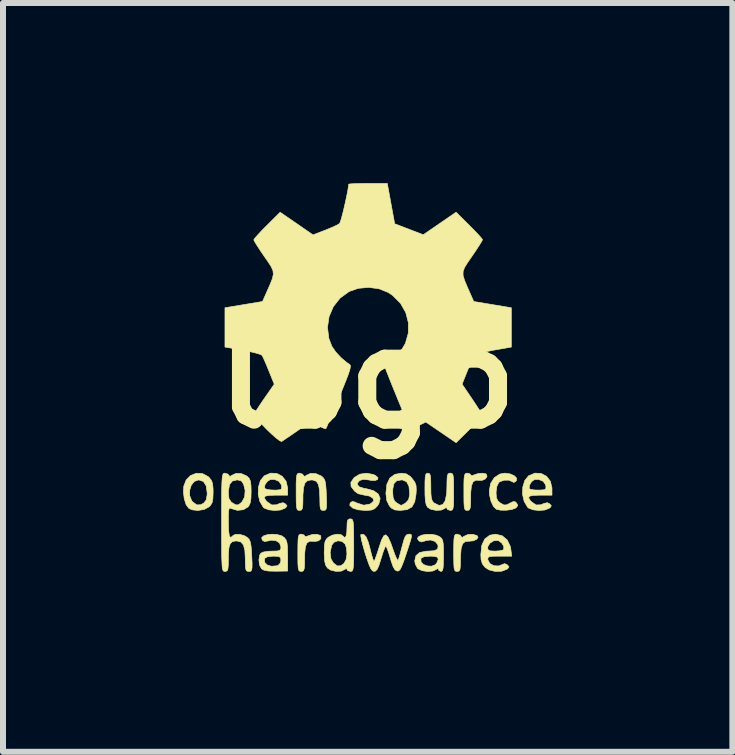
<source format=kicad_pcb>
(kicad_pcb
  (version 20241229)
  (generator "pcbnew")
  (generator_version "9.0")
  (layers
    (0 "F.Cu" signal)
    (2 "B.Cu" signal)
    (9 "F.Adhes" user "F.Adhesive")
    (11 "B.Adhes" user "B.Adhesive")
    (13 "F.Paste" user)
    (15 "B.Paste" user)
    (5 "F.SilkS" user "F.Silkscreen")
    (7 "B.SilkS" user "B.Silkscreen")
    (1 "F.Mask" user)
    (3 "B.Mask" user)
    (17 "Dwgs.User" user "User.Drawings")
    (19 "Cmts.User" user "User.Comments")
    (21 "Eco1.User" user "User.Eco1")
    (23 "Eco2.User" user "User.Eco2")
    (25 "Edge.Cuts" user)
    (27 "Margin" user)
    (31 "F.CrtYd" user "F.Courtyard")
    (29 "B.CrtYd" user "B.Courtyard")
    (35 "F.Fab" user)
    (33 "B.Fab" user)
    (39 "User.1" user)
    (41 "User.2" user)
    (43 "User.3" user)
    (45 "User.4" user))
  (footprint "logo"
    (layer "F.Cu")
    (at 3.068 3.251)
    (property "Reference" "logo" (at 0 0 0) (layer "F.SilkS") (effects (font (size 1.524 1.524) (thickness 0.3))))
    (attr through_hole)
    (fp_poly (pts (xy -1.055 2.609) (xy -1.044 2.626) (xy -1.027 2.64) (xy -0.99 2.626) (xy -0.917 2.602) (xy -0.84 2.599) (xy -0.785 2.616) (xy -0.775 2.626) (xy -0.773 2.671) (xy -0.81 2.706) (xy -0.871 2.718) (xy -0.889 2.716) (xy -0.958 2.714) (xy -1.005 2.742) (xy -1.031 2.808) (xy -1.043 2.919) (xy -1.044 2.995) (xy -1.045 3.106) (xy -1.051 3.173) (xy -1.064 3.206) (xy -1.087 3.217) (xy -1.101 3.217) (xy -1.125 3.214) (xy -1.142 3.197) (xy -1.151 3.156) (xy -1.156 3.082) (xy -1.157 2.965) (xy -1.157 2.907) (xy -1.156 2.771) (xy -1.153 2.682) (xy -1.146 2.63) (xy -1.133 2.605) (xy -1.111 2.597) (xy -1.101 2.596) (xy -1.055 2.609)) (stroke (width 0.01) (type solid)) (fill yes) (layer "F.SilkS"))
    (fp_poly (pts (xy 1.711 1.593) (xy 1.722 1.61) (xy 1.739 1.624) (xy 1.776 1.61) (xy 1.845 1.587) (xy 1.921 1.581) (xy 1.977 1.593) (xy 1.984 1.598) (xy 1.994 1.638) (xy 1.965 1.677) (xy 1.914 1.7) (xy 1.878 1.7) (xy 1.808 1.698) (xy 1.762 1.725) (xy 1.735 1.791) (xy 1.723 1.901) (xy 1.722 1.979) (xy 1.72 2.09) (xy 1.715 2.157) (xy 1.702 2.19) (xy 1.679 2.201) (xy 1.665 2.201) (xy 1.64 2.198) (xy 1.624 2.181) (xy 1.615 2.14) (xy 1.61 2.066) (xy 1.609 1.949) (xy 1.609 1.891) (xy 1.609 1.755) (xy 1.612 1.666) (xy 1.62 1.614) (xy 1.633 1.589) (xy 1.654 1.581) (xy 1.665 1.58) (xy 1.711 1.593)) (stroke (width 0.01) (type solid)) (fill yes) (layer "F.SilkS"))
    (fp_poly (pts (xy 1.545 2.612) (xy 1.56 2.632) (xy 1.579 2.653) (xy 1.611 2.632) (xy 1.674 2.603) (xy 1.757 2.599) (xy 1.828 2.62) (xy 1.829 2.621) (xy 1.845 2.651) (xy 1.82 2.683) (xy 1.767 2.707) (xy 1.699 2.714) (xy 1.692 2.714) (xy 1.629 2.72) (xy 1.587 2.758) (xy 1.563 2.836) (xy 1.553 2.96) (xy 1.552 3.018) (xy 1.551 3.122) (xy 1.544 3.182) (xy 1.529 3.21) (xy 1.501 3.217) (xy 1.496 3.217) (xy 1.471 3.214) (xy 1.455 3.197) (xy 1.445 3.156) (xy 1.441 3.082) (xy 1.439 2.965) (xy 1.439 2.907) (xy 1.44 2.771) (xy 1.443 2.682) (xy 1.451 2.629) (xy 1.464 2.604) (xy 1.485 2.597) (xy 1.493 2.596) (xy 1.545 2.612)) (stroke (width 0.01) (type solid)) (fill yes) (layer "F.SilkS"))
    (fp_poly (pts (xy 2.38 1.593) (xy 2.45 1.624) (xy 2.488 1.665) (xy 2.483 1.709) (xy 2.48 1.711) (xy 2.441 1.736) (xy 2.417 1.723) (xy 2.358 1.697) (xy 2.278 1.698) (xy 2.206 1.724) (xy 2.189 1.738) (xy 2.158 1.801) (xy 2.145 1.898) (xy 2.145 1.906) (xy 2.151 1.992) (xy 2.177 2.045) (xy 2.219 2.079) (xy 2.275 2.11) (xy 2.321 2.108) (xy 2.373 2.082) (xy 2.43 2.054) (xy 2.464 2.057) (xy 2.488 2.08) (xy 2.507 2.119) (xy 2.481 2.154) (xy 2.47 2.162) (xy 2.407 2.186) (xy 2.314 2.198) (xy 2.219 2.197) (xy 2.151 2.182) (xy 2.102 2.136) (xy 2.061 2.05) (xy 2.036 1.943) (xy 2.032 1.876) (xy 2.054 1.752) (xy 2.116 1.655) (xy 2.208 1.595) (xy 2.292 1.58) (xy 2.38 1.593)) (stroke (width 0.01) (type solid)) (fill yes) (layer "F.SilkS"))
    (fp_poly (pts (xy -2.746 1.587) (xy -2.651 1.637) (xy -2.637 1.65) (xy -2.598 1.698) (xy -2.577 1.754) (xy -2.569 1.838) (xy -2.568 1.899) (xy -2.572 2.004) (xy -2.585 2.072) (xy -2.613 2.119) (xy -2.634 2.14) (xy -2.715 2.184) (xy -2.819 2.202) (xy -2.92 2.191) (xy -2.974 2.165) (xy -3.018 2.105) (xy -3.049 2.008) (xy -3.063 1.894) (xy -3.061 1.866) (xy -2.959 1.866) (xy -2.958 1.957) (xy -2.925 2.039) (xy -2.907 2.06) (xy -2.839 2.109) (xy -2.773 2.106) (xy -2.722 2.077) (xy -2.683 2.027) (xy -2.668 1.943) (xy -2.667 1.912) (xy -2.683 1.793) (xy -2.729 1.72) (xy -2.806 1.693) (xy -2.81 1.693) (xy -2.881 1.718) (xy -2.932 1.781) (xy -2.959 1.866) (xy -3.061 1.866) (xy -3.057 1.798) (xy -3.017 1.693) (xy -2.943 1.619) (xy -2.848 1.582) (xy -2.746 1.587)) (stroke (width 0.01) (type solid)) (fill yes) (layer "F.SilkS"))
    (fp_poly (pts (xy 0.65 1.592) (xy 0.715 1.634) (xy 0.748 1.671) (xy 0.791 1.729) (xy 0.812 1.785) (xy 0.816 1.86) (xy 0.812 1.929) (xy 0.79 2.059) (xy 0.743 2.143) (xy 0.664 2.188) (xy 0.549 2.201) (xy 0.46 2.193) (xy 0.401 2.162) (xy 0.369 2.127) (xy 0.325 2.039) (xy 0.31 1.919) (xy 0.31 1.913) (xy 0.312 1.895) (xy 0.423 1.895) (xy 0.43 1.987) (xy 0.453 2.043) (xy 0.486 2.073) (xy 0.538 2.105) (xy 0.564 2.117) (xy 0.597 2.102) (xy 0.643 2.073) (xy 0.688 2.022) (xy 0.705 1.944) (xy 0.706 1.916) (xy 0.693 1.796) (xy 0.654 1.723) (xy 0.587 1.694) (xy 0.569 1.693) (xy 0.49 1.707) (xy 0.444 1.754) (xy 0.425 1.842) (xy 0.423 1.895) (xy 0.312 1.895) (xy 0.326 1.765) (xy 0.376 1.661) (xy 0.459 1.6) (xy 0.569 1.581) (xy 0.65 1.592)) (stroke (width 0.01) (type solid)) (fill yes) (layer "F.SilkS"))
    (fp_poly (pts (xy -1.508 1.585) (xy -1.418 1.632) (xy -1.353 1.714) (xy -1.327 1.825) (xy -1.326 1.833) (xy -1.326 1.947) (xy -1.524 1.947) (xy -1.638 1.951) (xy -1.701 1.964) (xy -1.716 1.991) (xy -1.689 2.035) (xy -1.665 2.06) (xy -1.591 2.11) (xy -1.51 2.107) (xy -1.464 2.086) (xy -1.403 2.072) (xy -1.364 2.092) (xy -1.337 2.124) (xy -1.356 2.152) (xy -1.372 2.165) (xy -1.446 2.194) (xy -1.543 2.202) (xy -1.641 2.191) (xy -1.717 2.162) (xy -1.733 2.148) (xy -1.79 2.051) (xy -1.817 1.933) (xy -1.813 1.827) (xy -1.711 1.827) (xy -1.707 1.835) (xy -1.671 1.851) (xy -1.603 1.86) (xy -1.524 1.863) (xy -1.459 1.857) (xy -1.433 1.847) (xy -1.426 1.81) (xy -1.432 1.774) (xy -1.473 1.716) (xy -1.546 1.685) (xy -1.616 1.687) (xy -1.668 1.72) (xy -1.705 1.774) (xy -1.711 1.827) (xy -1.813 1.827) (xy -1.813 1.811) (xy -1.78 1.703) (xy -1.717 1.626) (xy -1.714 1.624) (xy -1.611 1.58) (xy -1.508 1.585)) (stroke (width 0.01) (type solid)) (fill yes) (layer "F.SilkS"))
    (fp_poly (pts (xy 0.103 1.603) (xy 0.136 1.619) (xy 0.178 1.656) (xy 0.172 1.686) (xy 0.13 1.703) (xy 0.06 1.701) (xy 0.029 1.694) (xy -0.06 1.683) (xy -0.128 1.702) (xy -0.163 1.745) (xy -0.164 1.773) (xy -0.134 1.808) (xy -0.057 1.833) (xy -0.017 1.839) (xy 0.106 1.873) (xy 0.184 1.929) (xy 0.214 2.003) (xy 0.193 2.088) (xy 0.168 2.126) (xy 0.123 2.172) (xy 0.069 2.195) (xy -0.016 2.201) (xy -0.038 2.201) (xy -0.152 2.191) (xy -0.237 2.164) (xy -0.249 2.156) (xy -0.292 2.116) (xy -0.286 2.08) (xy -0.282 2.074) (xy -0.25 2.052) (xy -0.204 2.062) (xy -0.175 2.077) (xy -0.06 2.114) (xy 0.039 2.097) (xy 0.071 2.077) (xy 0.107 2.041) (xy 0.097 2.005) (xy 0.087 1.993) (xy 0.033 1.961) (xy -0.046 1.947) (xy -0.047 1.947) (xy -0.155 1.922) (xy -0.213 1.878) (xy -0.27 1.803) (xy -0.274 1.735) (xy -0.225 1.662) (xy -0.213 1.65) (xy -0.124 1.597) (xy -0.011 1.581) (xy 0.103 1.603)) (stroke (width 0.01) (type solid)) (fill yes) (layer "F.SilkS"))
    (fp_poly (pts (xy 1.408 1.584) (xy 1.424 1.601) (xy 1.433 1.642) (xy 1.438 1.716) (xy 1.439 1.832) (xy 1.439 1.891) (xy 1.439 2.027) (xy 1.436 2.116) (xy 1.428 2.168) (xy 1.415 2.193) (xy 1.394 2.201) (xy 1.383 2.201) (xy 1.337 2.187) (xy 1.326 2.167) (xy 1.318 2.148) (xy 1.293 2.167) (xy 1.231 2.196) (xy 1.145 2.2) (xy 1.06 2.183) (xy 1.006 2.15) (xy 0.982 2.11) (xy 0.968 2.045) (xy 0.961 1.945) (xy 0.96 1.839) (xy 0.961 1.716) (xy 0.966 1.639) (xy 0.976 1.598) (xy 0.994 1.582) (xy 1.009 1.581) (xy 1.034 1.587) (xy 1.049 1.615) (xy 1.056 1.675) (xy 1.058 1.777) (xy 1.058 1.809) (xy 1.06 1.927) (xy 1.068 2.002) (xy 1.085 2.047) (xy 1.112 2.076) (xy 1.113 2.077) (xy 1.194 2.117) (xy 1.256 2.104) (xy 1.298 2.039) (xy 1.322 1.921) (xy 1.326 1.804) (xy 1.328 1.692) (xy 1.333 1.625) (xy 1.346 1.592) (xy 1.369 1.581) (xy 1.383 1.58) (xy 1.408 1.584)) (stroke (width 0.01) (type solid)) (fill yes) (layer "F.SilkS"))
    (fp_poly (pts (xy 2.895 1.585) (xy 2.985 1.632) (xy 3.049 1.714) (xy 3.076 1.825) (xy 3.076 1.833) (xy 3.076 1.947) (xy 2.879 1.947) (xy 2.765 1.951) (xy 2.702 1.964) (xy 2.687 1.991) (xy 2.713 2.035) (xy 2.738 2.06) (xy 2.812 2.11) (xy 2.893 2.107) (xy 2.939 2.086) (xy 2.999 2.072) (xy 3.038 2.092) (xy 3.066 2.124) (xy 3.047 2.152) (xy 3.031 2.165) (xy 2.957 2.194) (xy 2.859 2.202) (xy 2.761 2.191) (xy 2.686 2.162) (xy 2.67 2.148) (xy 2.613 2.051) (xy 2.586 1.933) (xy 2.589 1.831) (xy 2.696 1.831) (xy 2.7 1.841) (xy 2.733 1.854) (xy 2.8 1.861) (xy 2.877 1.862) (xy 2.942 1.857) (xy 2.97 1.847) (xy 2.976 1.81) (xy 2.97 1.774) (xy 2.929 1.716) (xy 2.856 1.685) (xy 2.786 1.687) (xy 2.738 1.72) (xy 2.704 1.777) (xy 2.696 1.831) (xy 2.589 1.831) (xy 2.59 1.811) (xy 2.623 1.703) (xy 2.685 1.626) (xy 2.688 1.624) (xy 2.792 1.58) (xy 2.895 1.585)) (stroke (width 0.01) (type solid)) (fill yes) (layer "F.SilkS"))
    (fp_poly (pts (xy -1.08 1.596) (xy -1.064 1.616) (xy -1.045 1.637) (xy -1.014 1.616) (xy -0.944 1.584) (xy -0.854 1.589) (xy -0.768 1.627) (xy -0.758 1.634) (xy -0.726 1.666) (xy -0.705 1.707) (xy -0.693 1.77) (xy -0.685 1.868) (xy -0.682 1.945) (xy -0.678 2.066) (xy -0.679 2.141) (xy -0.687 2.182) (xy -0.704 2.198) (xy -0.731 2.201) (xy -0.762 2.197) (xy -0.78 2.175) (xy -0.788 2.123) (xy -0.79 2.03) (xy -0.79 2.002) (xy -0.796 1.862) (xy -0.814 1.769) (xy -0.849 1.716) (xy -0.905 1.695) (xy -0.931 1.693) (xy -0.995 1.705) (xy -1.038 1.745) (xy -1.062 1.822) (xy -1.072 1.943) (xy -1.072 2.002) (xy -1.074 2.106) (xy -1.081 2.166) (xy -1.096 2.194) (xy -1.124 2.201) (xy -1.129 2.201) (xy -1.154 2.198) (xy -1.17 2.181) (xy -1.179 2.14) (xy -1.184 2.066) (xy -1.185 1.949) (xy -1.185 1.891) (xy -1.185 1.755) (xy -1.181 1.666) (xy -1.174 1.613) (xy -1.16 1.588) (xy -1.139 1.581) (xy -1.131 1.58) (xy -1.08 1.596)) (stroke (width 0.01) (type solid)) (fill yes) (layer "F.SilkS"))
    (fp_poly (pts (xy 2.245 2.622) (xy 2.33 2.692) (xy 2.382 2.8) (xy 2.39 2.843) (xy 2.406 2.963) (xy 2.203 2.963) (xy 2.098 2.964) (xy 2.038 2.97) (xy 2.012 2.984) (xy 2.007 3.01) (xy 2.009 3.026) (xy 2.042 3.086) (xy 2.109 3.122) (xy 2.186 3.126) (xy 2.233 3.109) (xy 2.287 3.087) (xy 2.332 3.107) (xy 2.333 3.108) (xy 2.36 3.14) (xy 2.341 3.169) (xy 2.325 3.181) (xy 2.238 3.214) (xy 2.13 3.217) (xy 2.026 3.191) (xy 1.96 3.148) (xy 1.916 3.09) (xy 1.895 3.018) (xy 1.891 2.935) (xy 1.903 2.824) (xy 2.004 2.824) (xy 2.013 2.858) (xy 2.049 2.875) (xy 2.127 2.879) (xy 2.129 2.879) (xy 2.209 2.873) (xy 2.262 2.859) (xy 2.272 2.851) (xy 2.274 2.802) (xy 2.241 2.746) (xy 2.189 2.706) (xy 2.176 2.702) (xy 2.105 2.707) (xy 2.041 2.748) (xy 2.006 2.807) (xy 2.004 2.824) (xy 1.903 2.824) (xy 1.907 2.782) (xy 1.957 2.676) (xy 2.04 2.614) (xy 2.136 2.597) (xy 2.245 2.622)) (stroke (width 0.01) (type solid)) (fill yes) (layer "F.SilkS"))
    (fp_poly (pts (xy -1.503 2.602) (xy -1.428 2.623) (xy -1.383 2.653) (xy -1.355 2.689) (xy -1.338 2.738) (xy -1.329 2.813) (xy -1.327 2.928) (xy -1.326 2.96) (xy -1.326 3.211) (xy -1.522 3.214) (xy -1.644 3.211) (xy -1.721 3.197) (xy -1.762 3.173) (xy -1.795 3.11) (xy -1.805 3.025) (xy -1.802 3.006) (xy -1.711 3.006) (xy -1.711 3.065) (xy -1.668 3.109) (xy -1.597 3.131) (xy -1.511 3.124) (xy -1.484 3.116) (xy -1.449 3.077) (xy -1.439 3.031) (xy -1.445 2.989) (xy -1.472 2.969) (xy -1.536 2.964) (xy -1.567 2.963) (xy -1.662 2.972) (xy -1.708 2.999) (xy -1.711 3.006) (xy -1.802 3.006) (xy -1.793 2.947) (xy -1.772 2.913) (xy -1.726 2.893) (xy -1.646 2.881) (xy -1.589 2.879) (xy -1.502 2.877) (xy -1.458 2.866) (xy -1.441 2.841) (xy -1.439 2.807) (xy -1.463 2.742) (xy -1.525 2.703) (xy -1.607 2.697) (xy -1.649 2.709) (xy -1.714 2.719) (xy -1.749 2.696) (xy -1.76 2.656) (xy -1.728 2.625) (xy -1.666 2.605) (xy -1.586 2.597) (xy -1.503 2.602)) (stroke (width 0.01) (type solid)) (fill yes) (layer "F.SilkS"))
    (fp_poly (pts (xy 1.149 2.613) (xy 1.207 2.64) (xy 1.237 2.666) (xy 1.255 2.7) (xy 1.265 2.756) (xy 1.269 2.846) (xy 1.27 2.951) (xy 1.268 3.078) (xy 1.263 3.159) (xy 1.252 3.202) (xy 1.233 3.217) (xy 1.228 3.217) (xy 1.19 3.199) (xy 1.185 3.183) (xy 1.177 3.164) (xy 1.151 3.183) (xy 1.091 3.211) (xy 1.004 3.218) (xy 0.914 3.205) (xy 0.846 3.174) (xy 0.837 3.166) (xy 0.8 3.097) (xy 0.79 3.041) (xy 0.799 3.005) (xy 0.893 3.005) (xy 0.896 3.06) (xy 0.937 3.102) (xy 1.002 3.126) (xy 1.072 3.13) (xy 1.132 3.106) (xy 1.156 3.078) (xy 1.182 3.016) (xy 1.169 2.98) (xy 1.113 2.966) (xy 1.047 2.963) (xy 0.949 2.971) (xy 0.899 2.994) (xy 0.893 3.005) (xy 0.799 3.005) (xy 0.81 2.955) (xy 0.872 2.902) (xy 0.98 2.88) (xy 1.016 2.879) (xy 1.117 2.872) (xy 1.169 2.847) (xy 1.18 2.8) (xy 1.172 2.768) (xy 1.13 2.718) (xy 1.058 2.694) (xy 0.979 2.701) (xy 0.957 2.711) (xy 0.897 2.726) (xy 0.856 2.706) (xy 0.834 2.668) (xy 0.857 2.636) (xy 0.911 2.612) (xy 0.986 2.599) (xy 1.069 2.599) (xy 1.149 2.613)) (stroke (width 0.01) (type solid)) (fill yes) (layer "F.SilkS"))
    (fp_poly (pts (xy -0.261 2.345) (xy -0.246 2.359) (xy -0.236 2.392) (xy -0.23 2.452) (xy -0.227 2.548) (xy -0.226 2.687) (xy -0.226 2.78) (xy -0.226 2.946) (xy -0.228 3.063) (xy -0.232 3.141) (xy -0.24 3.187) (xy -0.252 3.209) (xy -0.27 3.217) (xy -0.282 3.217) (xy -0.328 3.203) (xy -0.339 3.183) (xy -0.347 3.164) (xy -0.373 3.183) (xy -0.436 3.213) (xy -0.524 3.216) (xy -0.61 3.195) (xy -0.665 3.159) (xy -0.695 3.111) (xy -0.711 3.041) (xy -0.717 2.933) (xy -0.717 2.902) (xy -0.619 2.902) (xy -0.605 3.009) (xy -0.564 3.076) (xy -0.5 3.125) (xy -0.442 3.123) (xy -0.39 3.086) (xy -0.354 3.022) (xy -0.339 2.929) (xy -0.346 2.83) (xy -0.368 2.764) (xy -0.42 2.717) (xy -0.49 2.707) (xy -0.557 2.733) (xy -0.593 2.782) (xy -0.619 2.902) (xy -0.717 2.902) (xy -0.717 2.902) (xy -0.715 2.793) (xy -0.705 2.725) (xy -0.684 2.681) (xy -0.652 2.649) (xy -0.583 2.613) (xy -0.504 2.597) (xy -0.438 2.604) (xy -0.409 2.625) (xy -0.377 2.654) (xy -0.354 2.631) (xy -0.341 2.56) (xy -0.339 2.498) (xy -0.336 2.408) (xy -0.326 2.361) (xy -0.302 2.344) (xy -0.282 2.342) (xy -0.261 2.345)) (stroke (width 0.01) (type solid)) (fill yes) (layer "F.SilkS"))
    (fp_poly (pts (xy 0.721 2.598) (xy 0.735 2.609) (xy 0.736 2.639) (xy 0.722 2.696) (xy 0.693 2.789) (xy 0.654 2.908) (xy 0.608 3.044) (xy 0.573 3.133) (xy 0.546 3.186) (xy 0.521 3.209) (xy 0.497 3.211) (xy 0.462 3.192) (xy 0.431 3.14) (xy 0.397 3.045) (xy 0.384 2.999) (xy 0.354 2.901) (xy 0.327 2.828) (xy 0.31 2.795) (xy 0.308 2.794) (xy 0.293 2.819) (xy 0.267 2.885) (xy 0.237 2.98) (xy 0.229 3.006) (xy 0.194 3.117) (xy 0.165 3.182) (xy 0.136 3.212) (xy 0.114 3.217) (xy 0.086 3.208) (xy 0.06 3.174) (xy 0.03 3.108) (xy -0.008 3.001) (xy -0.036 2.914) (xy -0.071 2.792) (xy -0.097 2.692) (xy -0.109 2.625) (xy -0.107 2.601) (xy -0.06 2.6) (xy -0.019 2.643) (xy 0.018 2.734) (xy 0.045 2.834) (xy 0.07 2.935) (xy 0.093 3.01) (xy 0.109 3.046) (xy 0.111 3.048) (xy 0.126 3.023) (xy 0.151 2.956) (xy 0.183 2.86) (xy 0.195 2.821) (xy 0.237 2.695) (xy 0.274 2.624) (xy 0.309 2.607) (xy 0.346 2.646) (xy 0.389 2.739) (xy 0.423 2.835) (xy 0.458 2.933) (xy 0.488 3.003) (xy 0.509 3.033) (xy 0.513 3.032) (xy 0.527 2.994) (xy 0.549 2.916) (xy 0.576 2.815) (xy 0.58 2.801) (xy 0.609 2.695) (xy 0.633 2.633) (xy 0.66 2.604) (xy 0.694 2.596) (xy 0.694 2.596) (xy 0.721 2.598)) (stroke (width 0.01) (type solid)) (fill yes) (layer "F.SilkS"))
    (fp_poly (pts (xy -2.322 1.596) (xy -2.306 1.616) (xy -2.287 1.637) (xy -2.256 1.616) (xy -2.186 1.584) (xy -2.097 1.588) (xy -2.011 1.626) (xy -2.001 1.633) (xy -1.966 1.669) (xy -1.946 1.716) (xy -1.937 1.79) (xy -1.935 1.884) (xy -1.938 2) (xy -1.95 2.076) (xy -1.975 2.128) (xy -1.987 2.142) (xy -2.064 2.189) (xy -2.163 2.2) (xy -2.26 2.172) (xy -2.285 2.162) (xy -2.301 2.17) (xy -2.31 2.206) (xy -2.314 2.28) (xy -2.314 2.398) (xy -2.31 2.538) (xy -2.298 2.624) (xy -2.277 2.654) (xy -2.248 2.631) (xy -2.244 2.625) (xy -2.199 2.6) (xy -2.127 2.6) (xy -2.049 2.621) (xy -2.002 2.649) (xy -1.97 2.681) (xy -1.95 2.723) (xy -1.937 2.789) (xy -1.928 2.892) (xy -1.925 2.959) (xy -1.919 3.081) (xy -1.92 3.157) (xy -1.927 3.197) (xy -1.943 3.214) (xy -1.971 3.217) (xy -1.972 3.217) (xy -2.003 3.213) (xy -2.021 3.192) (xy -2.029 3.143) (xy -2.032 3.054) (xy -2.032 3.008) (xy -2.039 2.869) (xy -2.062 2.778) (xy -2.105 2.727) (xy -2.172 2.71) (xy -2.184 2.709) (xy -2.244 2.719) (xy -2.283 2.754) (xy -2.305 2.824) (xy -2.314 2.938) (xy -2.314 2.997) (xy -2.315 3.108) (xy -2.321 3.174) (xy -2.334 3.206) (xy -2.358 3.217) (xy -2.371 3.217) (xy -2.387 3.216) (xy -2.4 3.207) (xy -2.41 3.184) (xy -2.417 3.142) (xy -2.421 3.074) (xy -2.425 2.975) (xy -2.426 2.838) (xy -2.427 2.658) (xy -2.427 2.428) (xy -2.427 2.399) (xy -2.427 2.163) (xy -2.426 1.977) (xy -2.426 1.916) (xy -2.314 1.916) (xy -2.304 2.005) (xy -2.267 2.061) (xy -2.251 2.073) (xy -2.189 2.109) (xy -2.145 2.107) (xy -2.092 2.064) (xy -2.088 2.06) (xy -2.043 1.977) (xy -2.035 1.867) (xy -2.06 1.766) (xy -2.096 1.711) (xy -2.161 1.693) (xy -2.171 1.693) (xy -2.248 1.712) (xy -2.294 1.77) (xy -2.313 1.873) (xy -2.314 1.916) (xy -2.426 1.916) (xy -2.425 1.835) (xy -2.422 1.732) (xy -2.417 1.661) (xy -2.41 1.617) (xy -2.401 1.593) (xy -2.388 1.582) (xy -2.373 1.58) (xy -2.322 1.596)) (stroke (width 0.01) (type solid)) (fill yes) (layer "F.SilkS"))
    (fp_poly (pts (xy 0.456 -2.574) (xy 0.694 -2.483) (xy 0.932 -2.391) (xy 1.206 -2.579) (xy 1.479 -2.767) (xy 1.699 -2.548) (xy 1.788 -2.458) (xy 1.86 -2.382) (xy 1.906 -2.329) (xy 1.919 -2.308) (xy 1.904 -2.278) (xy 1.863 -2.211) (xy 1.803 -2.119) (xy 1.744 -2.033) (xy 1.669 -1.924) (xy 1.62 -1.845) (xy 1.596 -1.78) (xy 1.595 -1.715) (xy 1.618 -1.637) (xy 1.662 -1.53) (xy 1.708 -1.426) (xy 1.773 -1.279) (xy 2.086 -1.227) (xy 2.399 -1.175) (xy 2.399 -0.52) (xy 2.103 -0.468) (xy 1.979 -0.443) (xy 1.875 -0.418) (xy 1.805 -0.396) (xy 1.783 -0.384) (xy 1.762 -0.345) (xy 1.727 -0.267) (xy 1.685 -0.166) (xy 1.669 -0.127) (xy 1.579 0.098) (xy 1.749 0.349) (xy 1.818 0.453) (xy 1.874 0.539) (xy 1.91 0.598) (xy 1.919 0.618) (xy 1.9 0.644) (xy 1.849 0.701) (xy 1.774 0.779) (xy 1.699 0.855) (xy 1.479 1.073) (xy 0.975 0.729) (xy 0.851 0.789) (xy 0.777 0.822) (xy 0.728 0.839) (xy 0.717 0.839) (xy 0.702 0.81) (xy 0.671 0.739) (xy 0.627 0.636) (xy 0.574 0.509) (xy 0.516 0.37) (xy 0.458 0.227) (xy 0.402 0.09) (xy 0.354 -0.031) (xy 0.316 -0.128) (xy 0.293 -0.19) (xy 0.287 -0.208) (xy 0.313 -0.227) (xy 0.369 -0.268) (xy 0.403 -0.293) (xy 0.543 -0.427) (xy 0.635 -0.583) (xy 0.683 -0.752) (xy 0.684 -0.926) (xy 0.641 -1.094) (xy 0.553 -1.249) (xy 0.421 -1.381) (xy 0.347 -1.43) (xy 0.195 -1.491) (xy 0.022 -1.514) (xy -0.152 -1.498) (xy -0.301 -1.446) (xy -0.453 -1.336) (xy -0.566 -1.193) (xy -0.637 -1.026) (xy -0.663 -0.846) (xy -0.64 -0.663) (xy -0.591 -0.534) (xy -0.527 -0.44) (xy -0.435 -0.341) (xy -0.336 -0.258) (xy -0.297 -0.233) (xy -0.284 -0.219) (xy -0.281 -0.191) (xy -0.291 -0.142) (xy -0.316 -0.066) (xy -0.358 0.044) (xy -0.419 0.194) (xy -0.467 0.312) (xy -0.533 0.471) (xy -0.592 0.611) (xy -0.64 0.725) (xy -0.673 0.804) (xy -0.69 0.84) (xy -0.691 0.841) (xy -0.718 0.835) (xy -0.78 0.809) (xy -0.825 0.788) (xy -0.951 0.727) (xy -1.174 0.881) (xy -1.274 0.95) (xy -1.357 1.006) (xy -1.413 1.044) (xy -1.427 1.053) (xy -1.458 1.041) (xy -1.519 0.995) (xy -1.599 0.924) (xy -1.674 0.852) (xy -1.762 0.761) (xy -1.833 0.685) (xy -1.878 0.632) (xy -1.891 0.612) (xy -1.876 0.581) (xy -1.835 0.514) (xy -1.775 0.423) (xy -1.721 0.344) (xy -1.55 0.098) (xy -1.641 -0.127) (xy -1.685 -0.234) (xy -1.723 -0.321) (xy -1.749 -0.375) (xy -1.755 -0.384) (xy -1.791 -0.401) (xy -1.87 -0.424) (xy -1.979 -0.449) (xy -2.074 -0.468) (xy -2.371 -0.52) (xy -2.371 -1.175) (xy -1.745 -1.279) (xy -1.68 -1.426) (xy -1.62 -1.562) (xy -1.581 -1.66) (xy -1.565 -1.733) (xy -1.572 -1.796) (xy -1.603 -1.863) (xy -1.659 -1.949) (xy -1.716 -2.03) (xy -1.787 -2.135) (xy -1.844 -2.223) (xy -1.881 -2.284) (xy -1.891 -2.306) (xy -1.872 -2.335) (xy -1.821 -2.393) (xy -1.746 -2.473) (xy -1.671 -2.548) (xy -1.452 -2.766) (xy -1.178 -2.578) (xy -0.905 -2.389) (xy -0.699 -2.468) (xy -0.597 -2.51) (xy -0.513 -2.548) (xy -0.464 -2.576) (xy -0.461 -2.579) (xy -0.446 -2.614) (xy -0.424 -2.69) (xy -0.397 -2.794) (xy -0.37 -2.912) (xy -0.344 -3.03) (xy -0.324 -3.133) (xy -0.312 -3.209) (xy -0.31 -3.233) (xy -0.284 -3.238) (xy -0.212 -3.242) (xy -0.107 -3.245) (xy 0.011 -3.246) (xy 0.333 -3.246) (xy 0.456 -2.574)) (stroke (width 0.01) (type solid)) (fill yes) (layer "F.SilkS")))
  (gr_rect
    (start -3 -3)
    (end 9.149 9.473)
    (stroke (width 0.1) (type default))
    (fill no)
    (layer "Edge.Cuts")))
</source>
